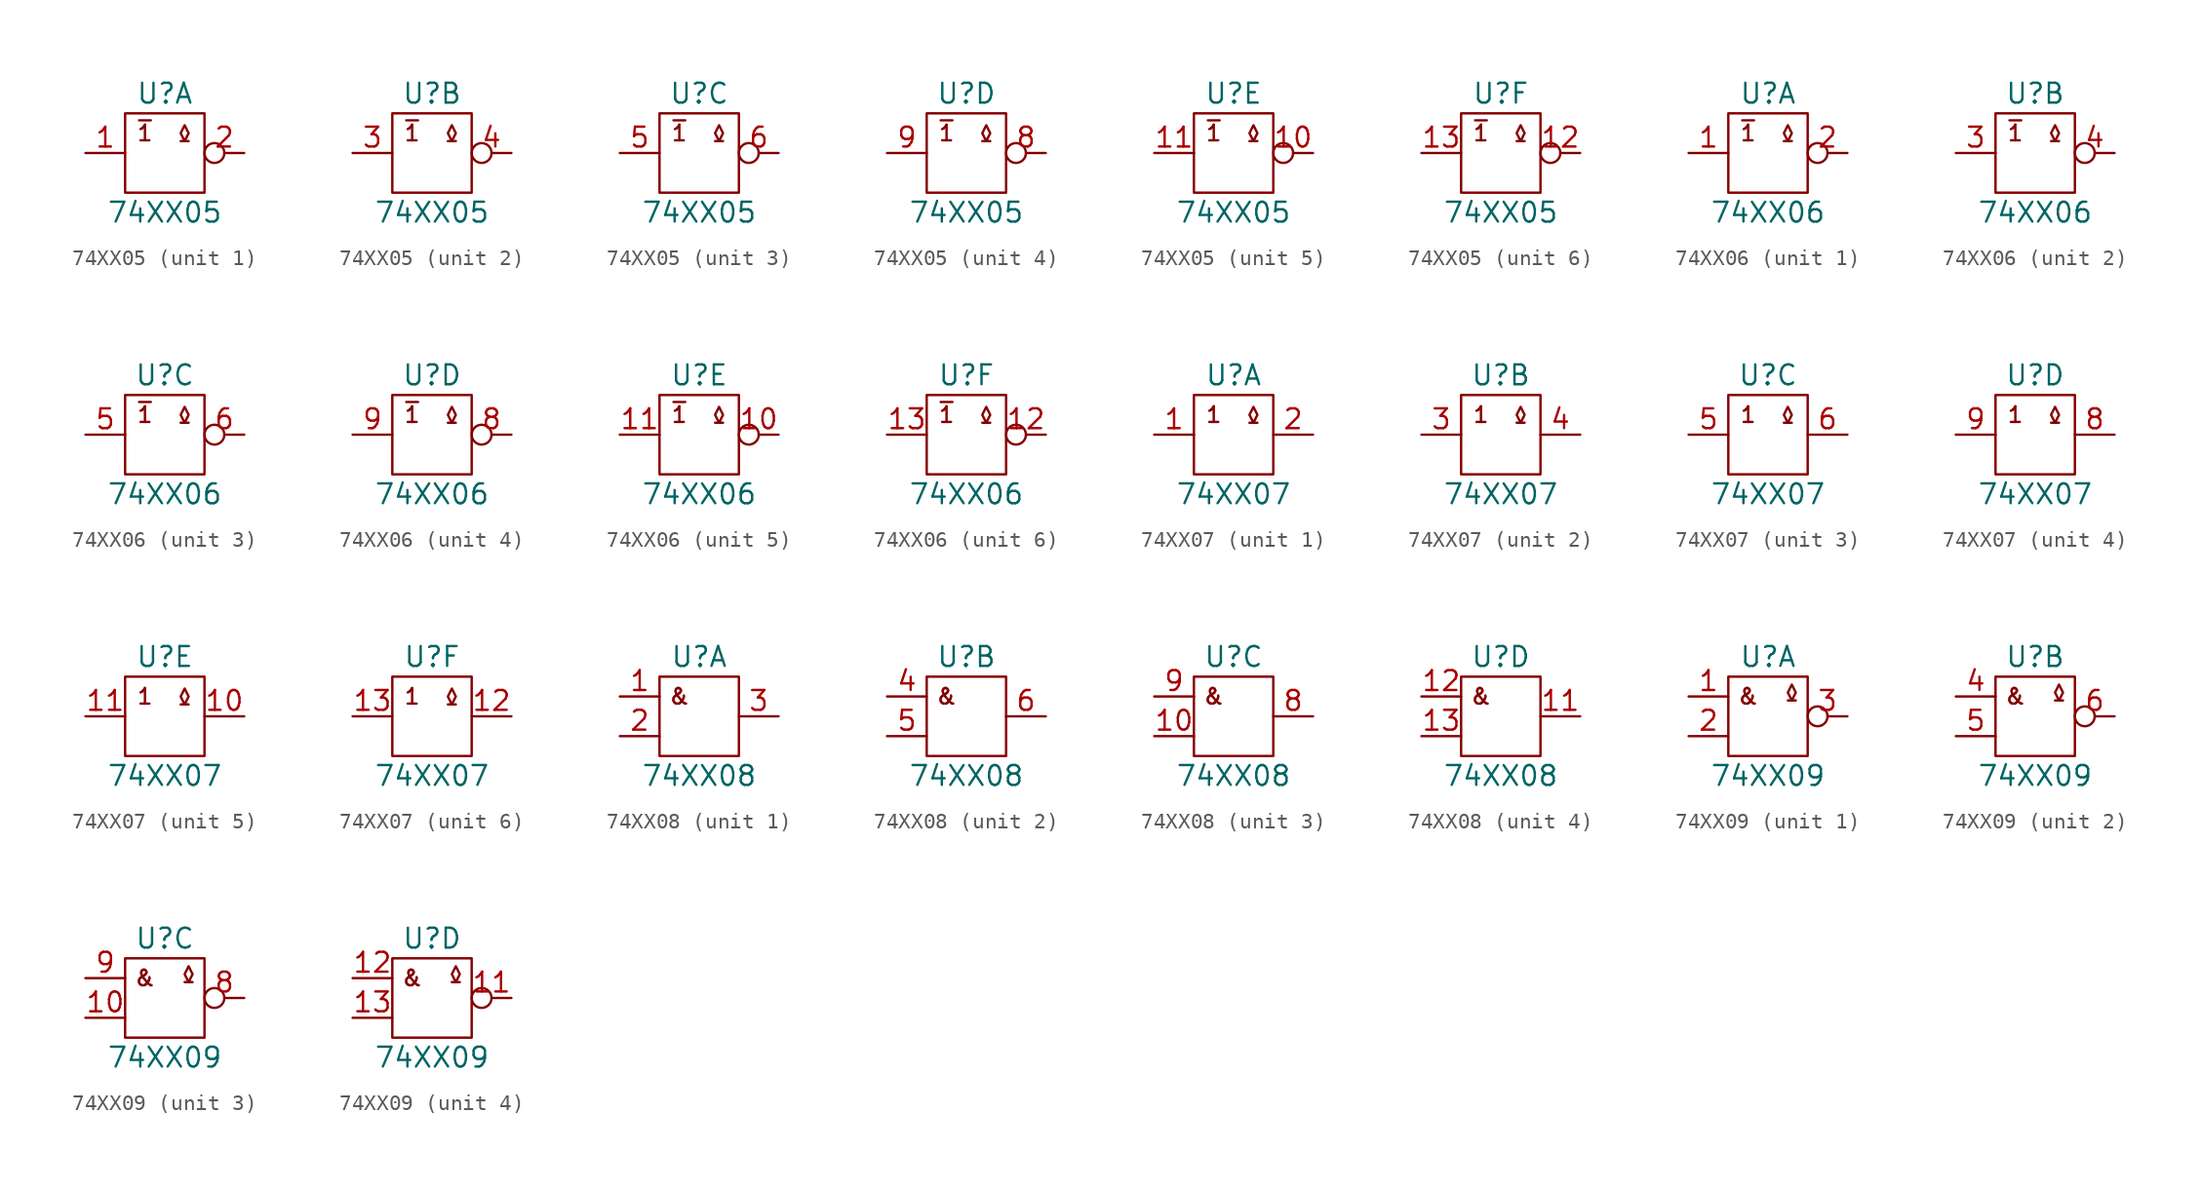
<source format=kicad_sym>
(kicad_symbol_lib
  (version 20211014)
  (generator kicad_symbol_editor)
  (symbol "74XX05"
    (pin_names
      (offset 1.016) hide)
    (property "Reference" "U"
      (at 0 3.81 0)
      (effects (font (size 1.27 1.27))))
    (property "Value" "74XX05"
      (at 0 -3.81 0)
      (effects (font (size 1.27 1.27))))
    (symbol "74XX05_0_0"
      (rectangle (start -2.54 -2.54) (end 2.54 2.54) (stroke (width 0) (type default) (color 0 0 0 0)) (fill (type none)))
      (polyline (pts (xy 1.016 0.762) (xy 1.524 0.762)) (stroke (width 0) (type default) (color 0 0 0 0)) (fill (type none)))
      (polyline (pts (xy 1.27 1.778) (xy 1.016 1.27) (xy 1.27 0.762) (xy 1.524 1.27) (xy 1.27 1.778)) (stroke (width 0) (type default) (color 0 0 0 0)) (fill (type none)))
      (text "~{1}" (at -1.27 1.27 0) (effects (font (size 1 1)))))
    (symbol "74XX05_0_1"
      (pin power_in line (at 2.54 2.54 180) (length 0) hide (name "VCC" (effects (font (size 1.27 1.27)))) (number "14" (effects (font (size 1.27 1.27)))))
      (pin power_in line (at 2.54 -2.54 180) (length 0) hide (name "GND" (effects (font (size 1.27 1.27)))) (number "7" (effects (font (size 1.27 1.27))))))
    (symbol "74XX05_1_1"
      (pin input line (at -5.08 0 0) (length 2.54) (name "A" (effects (font (size 1.27 1.27)))) (number "1" (effects (font (size 1.27 1.27)))))
      (pin open_collector inverted (at 5.08 0 180) (length 2.54) (name "~{Y}" (effects (font (size 1.27 1.27)))) (number "2" (effects (font (size 1.27 1.27))))))
    (symbol "74XX05_2_1"
      (pin input line (at -5.08 0 0) (length 2.54) (name "A" (effects (font (size 1.27 1.27)))) (number "3" (effects (font (size 1.27 1.27)))))
      (pin open_collector inverted (at 5.08 0 180) (length 2.54) (name "~{Y}" (effects (font (size 1.27 1.27)))) (number "4" (effects (font (size 1.27 1.27))))))
    (symbol "74XX05_3_1"
      (pin input line (at -5.08 0 0) (length 2.54) (name "A" (effects (font (size 1.27 1.27)))) (number "5" (effects (font (size 1.27 1.27)))))
      (pin open_collector inverted (at 5.08 0 180) (length 2.54) (name "~{Y}" (effects (font (size 1.27 1.27)))) (number "6" (effects (font (size 1.27 1.27))))))
    (symbol "74XX05_4_1"
      (pin open_collector inverted (at 5.08 0 180) (length 2.54) (name "~{Y}" (effects (font (size 1.27 1.27)))) (number "8" (effects (font (size 1.27 1.27)))))
      (pin input line (at -5.08 0 0) (length 2.54) (name "A" (effects (font (size 1.27 1.27)))) (number "9" (effects (font (size 1.27 1.27))))))
    (symbol "74XX05_5_1"
      (pin open_collector inverted (at 5.08 0 180) (length 2.54) (name "~{Y}" (effects (font (size 1.27 1.27)))) (number "10" (effects (font (size 1.27 1.27)))))
      (pin input line (at -5.08 0 0) (length 2.54) (name "A" (effects (font (size 1.27 1.27)))) (number "11" (effects (font (size 1.27 1.27))))))
    (symbol "74XX05_6_1"
      (pin open_collector inverted (at 5.08 0 180) (length 2.54) (name "~{Y}" (effects (font (size 1.27 1.27)))) (number "12" (effects (font (size 1.27 1.27)))))
      (pin input line (at -5.08 0 0) (length 2.54) (name "A" (effects (font (size 1.27 1.27)))) (number "13" (effects (font (size 1.27 1.27)))))))
  (symbol "74XX06"
    (pin_names
      (offset 1.016) hide)
    (property "Reference" "U"
      (at 0 3.81 0)
      (effects (font (size 1.27 1.27))))
    (property "Value" "74XX06"
      (at 0 -3.81 0)
      (effects (font (size 1.27 1.27))))
    (symbol "74XX06_0_0"
      (rectangle (start -2.54 -2.54) (end 2.54 2.54) (stroke (width 0) (type default) (color 0 0 0 0)) (fill (type none)))
      (polyline (pts (xy 1.016 0.762) (xy 1.524 0.762)) (stroke (width 0) (type default) (color 0 0 0 0)) (fill (type none)))
      (polyline (pts (xy 1.27 1.778) (xy 1.016 1.27) (xy 1.27 0.762) (xy 1.524 1.27) (xy 1.27 1.778)) (stroke (width 0) (type default) (color 0 0 0 0)) (fill (type none)))
      (text "~{1}" (at -1.27 1.27 0) (effects (font (size 1 1)))))
    (symbol "74XX06_0_1"
      (pin power_in line (at 2.54 2.54 180) (length 0) hide (name "VCC" (effects (font (size 1.27 1.27)))) (number "14" (effects (font (size 1.27 1.27)))))
      (pin power_in line (at 2.54 -2.54 180) (length 0) hide (name "GND" (effects (font (size 1.27 1.27)))) (number "7" (effects (font (size 1.27 1.27))))))
    (symbol "74XX06_1_1"
      (pin input line (at -5.08 0 0) (length 2.54) (name "A" (effects (font (size 1.27 1.27)))) (number "1" (effects (font (size 1.27 1.27)))))
      (pin open_collector inverted (at 5.08 0 180) (length 2.54) (name "~{Y}" (effects (font (size 1.27 1.27)))) (number "2" (effects (font (size 1.27 1.27))))))
    (symbol "74XX06_2_1"
      (pin input line (at -5.08 0 0) (length 2.54) (name "A" (effects (font (size 1.27 1.27)))) (number "3" (effects (font (size 1.27 1.27)))))
      (pin open_collector inverted (at 5.08 0 180) (length 2.54) (name "~{Y}" (effects (font (size 1.27 1.27)))) (number "4" (effects (font (size 1.27 1.27))))))
    (symbol "74XX06_3_1"
      (pin input line (at -5.08 0 0) (length 2.54) (name "A" (effects (font (size 1.27 1.27)))) (number "5" (effects (font (size 1.27 1.27)))))
      (pin open_collector inverted (at 5.08 0 180) (length 2.54) (name "~{Y}" (effects (font (size 1.27 1.27)))) (number "6" (effects (font (size 1.27 1.27))))))
    (symbol "74XX06_4_1"
      (pin open_collector inverted (at 5.08 0 180) (length 2.54) (name "~{Y}" (effects (font (size 1.27 1.27)))) (number "8" (effects (font (size 1.27 1.27)))))
      (pin input line (at -5.08 0 0) (length 2.54) (name "A" (effects (font (size 1.27 1.27)))) (number "9" (effects (font (size 1.27 1.27))))))
    (symbol "74XX06_5_1"
      (pin open_emitter inverted (at 5.08 0 180) (length 2.54) (name "~{Y}" (effects (font (size 1.27 1.27)))) (number "10" (effects (font (size 1.27 1.27)))))
      (pin input line (at -5.08 0 0) (length 2.54) (name "A" (effects (font (size 1.27 1.27)))) (number "11" (effects (font (size 1.27 1.27))))))
    (symbol "74XX06_6_1"
      (pin open_collector inverted (at 5.08 0 180) (length 2.54) (name "~{Y}" (effects (font (size 1.27 1.27)))) (number "12" (effects (font (size 1.27 1.27)))))
      (pin input line (at -5.08 0 0) (length 2.54) (name "A" (effects (font (size 1.27 1.27)))) (number "13" (effects (font (size 1.27 1.27)))))))
  (symbol "74XX07"
    (pin_names
      (offset 1.016) hide)
    (property "Reference" "U"
      (at 0 3.81 0)
      (effects (font (size 1.27 1.27))))
    (property "Value" "74XX07"
      (at 0 -3.81 0)
      (effects (font (size 1.27 1.27))))
    (symbol "74XX07_0_0"
      (rectangle (start -2.54 -2.54) (end 2.54 2.54) (stroke (width 0) (type default) (color 0 0 0 0)) (fill (type none)))
      (polyline (pts (xy 1.016 0.762) (xy 1.524 0.762)) (stroke (width 0) (type default) (color 0 0 0 0)) (fill (type none)))
      (polyline (pts (xy 1.27 1.778) (xy 1.016 1.27) (xy 1.27 0.762) (xy 1.524 1.27) (xy 1.27 1.778)) (stroke (width 0) (type default) (color 0 0 0 0)) (fill (type none)))
      (text "1" (at -1.27 1.27 0) (effects (font (size 1 1)))))
    (symbol "74XX07_0_1"
      (pin power_in line (at 2.54 2.54 180) (length 0) hide (name "VCC" (effects (font (size 1.27 1.27)))) (number "14" (effects (font (size 1.27 1.27)))))
      (pin power_in line (at 2.54 -2.54 180) (length 0) hide (name "GND" (effects (font (size 1.27 1.27)))) (number "7" (effects (font (size 1.27 1.27))))))
    (symbol "74XX07_1_1"
      (pin input line (at -5.08 0 0) (length 2.54) (name "A" (effects (font (size 1.27 1.27)))) (number "1" (effects (font (size 1.27 1.27)))))
      (pin open_collector line (at 5.08 0 180) (length 2.54) (name "Y" (effects (font (size 1.27 1.27)))) (number "2" (effects (font (size 1.27 1.27))))))
    (symbol "74XX07_2_1"
      (pin input line (at -5.08 0 0) (length 2.54) (name "A" (effects (font (size 1.27 1.27)))) (number "3" (effects (font (size 1.27 1.27)))))
      (pin open_collector line (at 5.08 0 180) (length 2.54) (name "Y" (effects (font (size 1.27 1.27)))) (number "4" (effects (font (size 1.27 1.27))))))
    (symbol "74XX07_3_1"
      (pin input line (at -5.08 0 0) (length 2.54) (name "A" (effects (font (size 1.27 1.27)))) (number "5" (effects (font (size 1.27 1.27)))))
      (pin open_collector line (at 5.08 0 180) (length 2.54) (name "Y" (effects (font (size 1.27 1.27)))) (number "6" (effects (font (size 1.27 1.27))))))
    (symbol "74XX07_4_1"
      (pin open_collector line (at 5.08 0 180) (length 2.54) (name "Y" (effects (font (size 1.27 1.27)))) (number "8" (effects (font (size 1.27 1.27)))))
      (pin input line (at -5.08 0 0) (length 2.54) (name "A" (effects (font (size 1.27 1.27)))) (number "9" (effects (font (size 1.27 1.27))))))
    (symbol "74XX07_5_1"
      (pin open_collector line (at 5.08 0 180) (length 2.54) (name "Y" (effects (font (size 1.27 1.27)))) (number "10" (effects (font (size 1.27 1.27)))))
      (pin input line (at -5.08 0 0) (length 2.54) (name "A" (effects (font (size 1.27 1.27)))) (number "11" (effects (font (size 1.27 1.27))))))
    (symbol "74XX07_6_1"
      (pin open_collector line (at 5.08 0 180) (length 2.54) (name "Y" (effects (font (size 1.27 1.27)))) (number "12" (effects (font (size 1.27 1.27)))))
      (pin input line (at -5.08 0 0) (length 2.54) (name "A" (effects (font (size 1.27 1.27)))) (number "13" (effects (font (size 1.27 1.27)))))))
  (symbol "74XX08"
    (pin_names
      (offset 1.016) hide)
    (property "Reference" "U"
      (at 0 3.81 0)
      (effects (font (size 1.27 1.27))))
    (property "Value" "74XX08"
      (at 0 -3.81 0)
      (effects (font (size 1.27 1.27))))
    (symbol "74XX08_0_0"
      (text "&" (at -1.27 1.27 0) (effects (font (size 1 1)))))
    (symbol "74XX08_0_1"
      (rectangle (start -2.54 -2.54) (end 2.54 2.54) (stroke (width 0) (type default) (color 0 0 0 0)) (fill (type none)))
      (pin power_in line (at 2.54 2.54 180) (length 0) hide (name "VCC" (effects (font (size 1.27 1.27)))) (number "14" (effects (font (size 1.27 1.27)))))
      (pin power_in line (at 2.54 -2.54 180) (length 0) hide (name "GND" (effects (font (size 1.27 1.27)))) (number "7" (effects (font (size 1.27 1.27))))))
    (symbol "74XX08_1_1"
      (pin input line (at -5.08 1.27 0) (length 2.54) (name "A" (effects (font (size 1.27 1.27)))) (number "1" (effects (font (size 1.27 1.27)))))
      (pin input line (at -5.08 -1.27 0) (length 2.54) (name "B" (effects (font (size 1.27 1.27)))) (number "2" (effects (font (size 1.27 1.27)))))
      (pin output line (at 5.08 0 180) (length 2.54) (name "~{Y}" (effects (font (size 1.27 1.27)))) (number "3" (effects (font (size 1.27 1.27))))))
    (symbol "74XX08_2_1"
      (pin input line (at -5.08 1.27 0) (length 2.54) (name "A" (effects (font (size 1.27 1.27)))) (number "4" (effects (font (size 1.27 1.27)))))
      (pin input line (at -5.08 -1.27 0) (length 2.54) (name "B" (effects (font (size 1.27 1.27)))) (number "5" (effects (font (size 1.27 1.27)))))
      (pin output line (at 5.08 0 180) (length 2.54) (name "~{Y}" (effects (font (size 1.27 1.27)))) (number "6" (effects (font (size 1.27 1.27))))))
    (symbol "74XX08_3_1"
      (pin input line (at -5.08 -1.27 0) (length 2.54) (name "B" (effects (font (size 1.27 1.27)))) (number "10" (effects (font (size 1.27 1.27)))))
      (pin output line (at 5.08 0 180) (length 2.54) (name "~{Y}" (effects (font (size 1.27 1.27)))) (number "8" (effects (font (size 1.27 1.27)))))
      (pin input line (at -5.08 1.27 0) (length 2.54) (name "A" (effects (font (size 1.27 1.27)))) (number "9" (effects (font (size 1.27 1.27))))))
    (symbol "74XX08_4_1"
      (pin output line (at 5.08 0 180) (length 2.54) (name "~{Y}" (effects (font (size 1.27 1.27)))) (number "11" (effects (font (size 1.27 1.27)))))
      (pin input line (at -5.08 1.27 0) (length 2.54) (name "A" (effects (font (size 1.27 1.27)))) (number "12" (effects (font (size 1.27 1.27)))))
      (pin input line (at -5.08 -1.27 0) (length 2.54) (name "B" (effects (font (size 1.27 1.27)))) (number "13" (effects (font (size 1.27 1.27)))))))
  (symbol "74XX09"
    (pin_names
      (offset 1.016) hide)
    (property "Reference" "U"
      (at 0 3.81 0)
      (effects (font (size 1.27 1.27))))
    (property "Value" "74XX09"
      (at 0 -3.81 0)
      (effects (font (size 1.27 1.27))))
    (symbol "74XX09_0_0"
      (polyline (pts (xy 1.27 1.016) (xy 1.778 1.016)) (stroke (width 0) (type default) (color 0 0 0 0)) (fill (type none)))
      (polyline (pts (xy 1.524 2.032) (xy 1.27 1.524) (xy 1.524 1.016) (xy 1.778 1.524) (xy 1.524 2.032)) (stroke (width 0) (type default) (color 0 0 0 0)) (fill (type none)))
      (text "&" (at -1.27 1.27 0) (effects (font (size 1 1)))))
    (symbol "74XX09_0_1"
      (rectangle (start -2.54 -2.54) (end 2.54 2.54) (stroke (width 0) (type default) (color 0 0 0 0)) (fill (type none)))
      (pin power_in line (at 2.54 2.54 180) (length 0) hide (name "VCC" (effects (font (size 1.27 1.27)))) (number "14" (effects (font (size 1.27 1.27)))))
      (pin power_in line (at 2.54 -2.54 180) (length 0) hide (name "GND" (effects (font (size 1.27 1.27)))) (number "7" (effects (font (size 1.27 1.27))))))
    (symbol "74XX09_1_1"
      (pin input line (at -5.08 1.27 0) (length 2.54) (name "A" (effects (font (size 1.27 1.27)))) (number "1" (effects (font (size 1.27 1.27)))))
      (pin input line (at -5.08 -1.27 0) (length 2.54) (name "B" (effects (font (size 1.27 1.27)))) (number "2" (effects (font (size 1.27 1.27)))))
      (pin output inverted (at 5.08 0 180) (length 2.54) (name "~{Y}" (effects (font (size 1.27 1.27)))) (number "3" (effects (font (size 1.27 1.27))))))
    (symbol "74XX09_2_1"
      (pin input line (at -5.08 1.27 0) (length 2.54) (name "A" (effects (font (size 1.27 1.27)))) (number "4" (effects (font (size 1.27 1.27)))))
      (pin input line (at -5.08 -1.27 0) (length 2.54) (name "B" (effects (font (size 1.27 1.27)))) (number "5" (effects (font (size 1.27 1.27)))))
      (pin output inverted (at 5.08 0 180) (length 2.54) (name "~{Y}" (effects (font (size 1.27 1.27)))) (number "6" (effects (font (size 1.27 1.27))))))
    (symbol "74XX09_3_1"
      (pin input line (at -5.08 -1.27 0) (length 2.54) (name "B" (effects (font (size 1.27 1.27)))) (number "10" (effects (font (size 1.27 1.27)))))
      (pin output inverted (at 5.08 0 180) (length 2.54) (name "~{Y}" (effects (font (size 1.27 1.27)))) (number "8" (effects (font (size 1.27 1.27)))))
      (pin input line (at -5.08 1.27 0) (length 2.54) (name "A" (effects (font (size 1.27 1.27)))) (number "9" (effects (font (size 1.27 1.27))))))
    (symbol "74XX09_4_1"
      (pin output inverted (at 5.08 0 180) (length 2.54) (name "~{Y}" (effects (font (size 1.27 1.27)))) (number "11" (effects (font (size 1.27 1.27)))))
      (pin input line (at -5.08 1.27 0) (length 2.54) (name "A" (effects (font (size 1.27 1.27)))) (number "12" (effects (font (size 1.27 1.27)))))
      (pin input line (at -5.08 -1.27 0) (length 2.54) (name "B" (effects (font (size 1.27 1.27)))) (number "13" (effects (font (size 1.27 1.27))))))))
</source>
